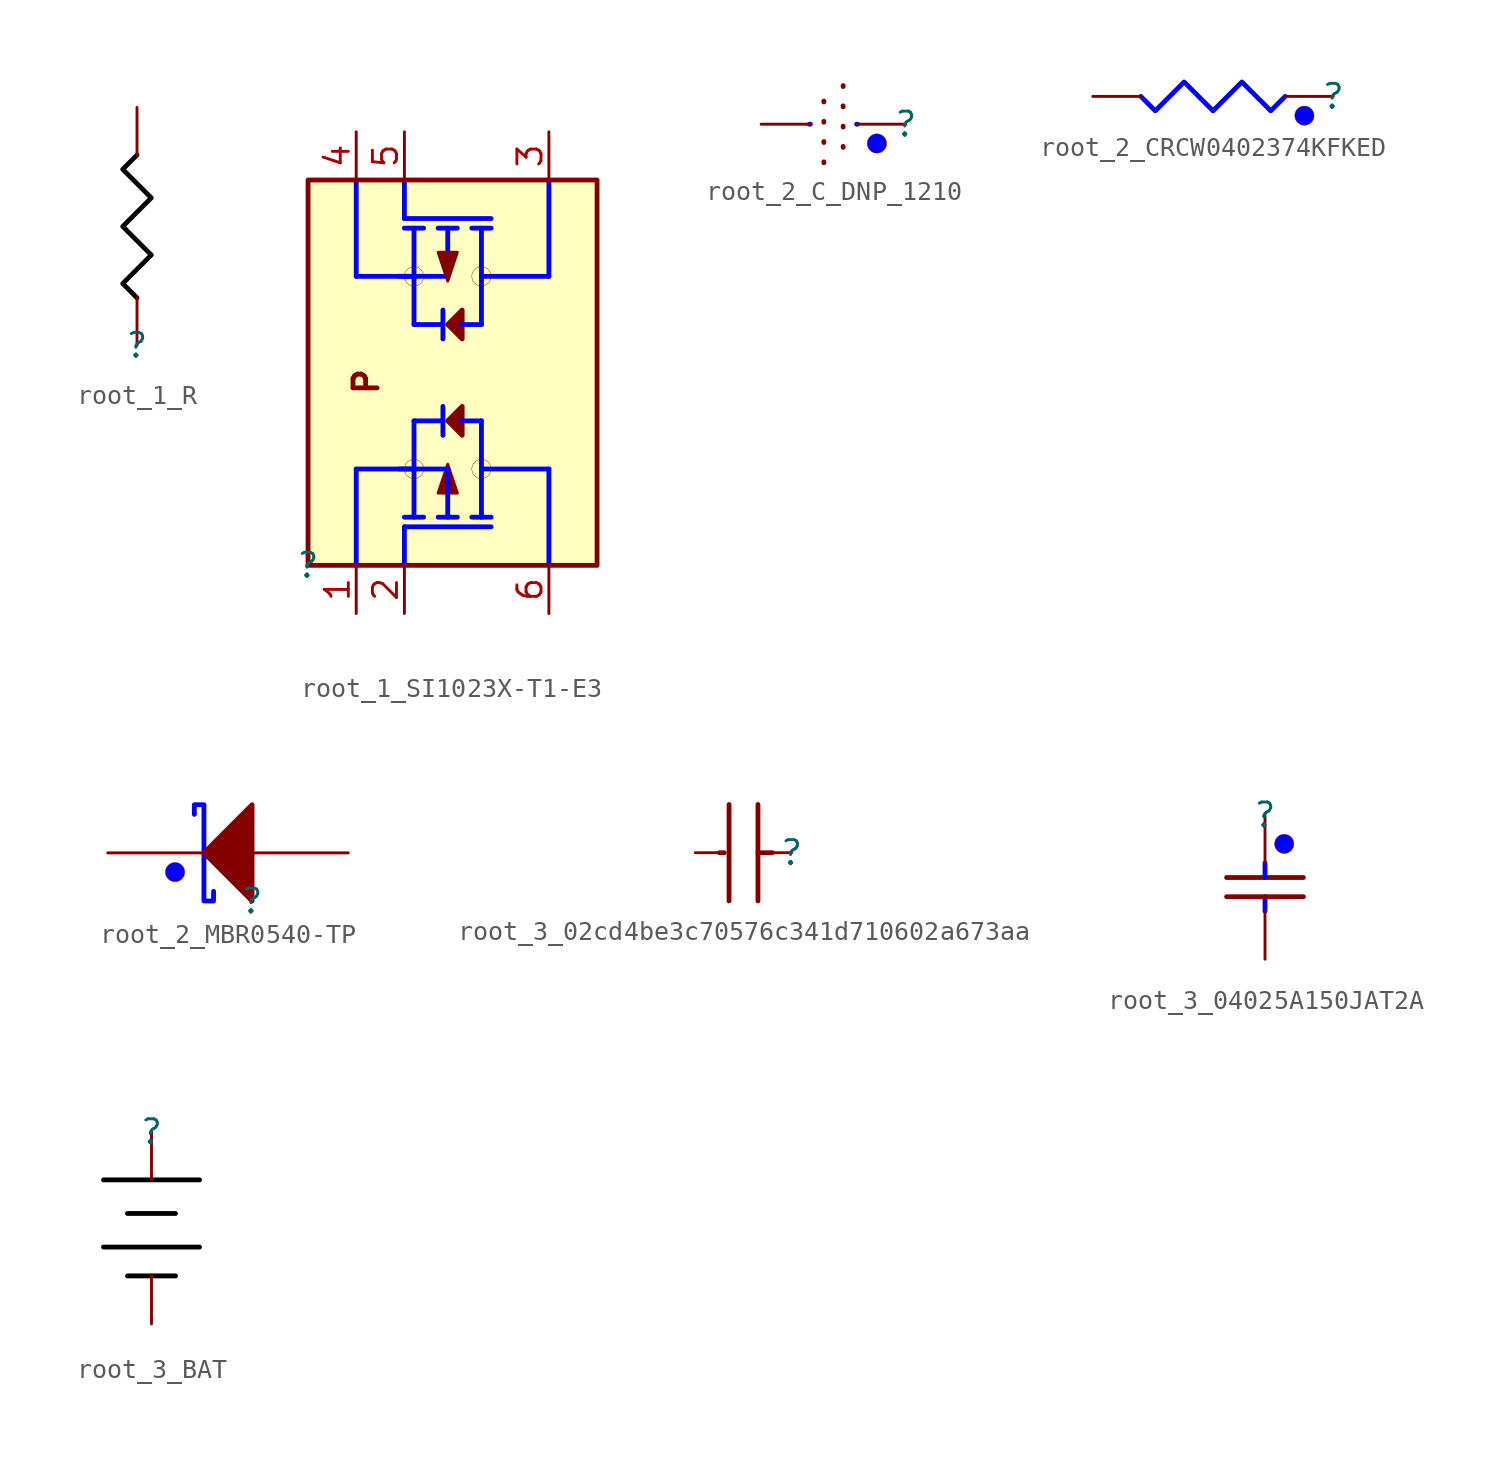
<source format=kicad_sym>
(kicad_symbol_lib
  (version 20231120)
  (generator "kicad_symbol_editor")
  (generator_version "8.0")
  (symbol "root_1_R"
    (property "Reference" ""
      (at 0 0 0)
      (effects (font (size 1.27 1.27))))
    (property "Value" ""
      (at 0 0 0)
      (effects (font (size 1.27 1.27))))
    (symbol "root_1_R_1_0"
      (polyline (pts (xy 0 10.16) (xy -0.762 9.398) (xy 0.762 7.874) (xy -0.762 6.35) (xy 0.762 4.826) (xy -0.762 3.302) (xy 0 2.54)) (stroke (width 0.254) (type solid) (color 0 0 0 1)) (fill (type none)))
      (pin passive line (at 0 0 90) (length 2.54) (name "1" (effects (font (size 0 0)))) (number "1" (effects (font (size 0 0)))))
      (pin passive line (at 0 12.7 270) (length 2.54) (name "2" (effects (font (size 0 0)))) (number "2" (effects (font (size 0 0)))))))
  (symbol "root_1_SI1023X-T1-E3"
    (property "Reference" ""
      (at 0 0 0)
      (effects (font (size 1.27 1.27))))
    (property "Value" ""
      (at 0 0 0)
      (effects (font (size 1.27 1.27))))
    (symbol "root_1_SI1023X-T1-E3_1_0"
      (polyline (pts (xy 2.54 5.08) (xy 2.54 0)) (stroke (width 0.254) (type solid) (color 0 0 255 1)) (fill (type none)))
      (polyline (pts (xy 2.54 20.32) (xy 2.54 15.24)) (stroke (width 0.254) (type solid) (color 0 0 255 1)) (fill (type none)))
      (polyline (pts (xy 5.08 0) (xy 5.08 2.032)) (stroke (width 0.254) (type solid) (color 0 0 255 1)) (fill (type none)))
      (polyline (pts (xy 5.08 2.032) (xy 9.652 2.032)) (stroke (width 0.254) (type solid) (color 0 0 255 1)) (fill (type none)))
      (polyline (pts (xy 5.08 2.54) (xy 6.096 2.54)) (stroke (width 0.254) (type solid) (color 0 0 255 1)) (fill (type none)))
      (polyline (pts (xy 5.08 17.78) (xy 6.096 17.78)) (stroke (width 0.254) (type solid) (color 0 0 255 1)) (fill (type none)))
      (polyline (pts (xy 5.08 18.288) (xy 5.08 20.32)) (stroke (width 0.254) (type solid) (color 0 0 255 1)) (fill (type none)))
      (polyline (pts (xy 5.08 18.288) (xy 9.652 18.288)) (stroke (width 0.254) (type solid) (color 0 0 255 1)) (fill (type none)))
      (polyline (pts (xy 5.588 5.08) (xy 4.826 5.08)) (stroke (width 0.254) (type solid) (color 0 0 255 1)) (fill (type none)))
      (polyline (pts (xy 5.588 5.08) (xy 5.588 2.54)) (stroke (width 0.254) (type solid) (color 0 0 255 1)) (fill (type none)))
      (polyline (pts (xy 5.588 7.62) (xy 5.588 5.08)) (stroke (width 0.254) (type solid) (color 0 0 255 1)) (fill (type none)))
      (polyline (pts (xy 5.588 7.62) (xy 7.112 7.62)) (stroke (width 0.254) (type solid) (color 0 0 255 1)) (fill (type none)))
      (polyline (pts (xy 5.588 12.7) (xy 7.112 12.7)) (stroke (width 0.254) (type solid) (color 0 0 255 1)) (fill (type none)))
      (polyline (pts (xy 5.588 15.24) (xy 4.826 15.24)) (stroke (width 0.254) (type solid) (color 0 0 255 1)) (fill (type none)))
      (polyline (pts (xy 5.588 15.24) (xy 5.588 12.7)) (stroke (width 0.254) (type solid) (color 0 0 255 1)) (fill (type none)))
      (polyline (pts (xy 5.588 17.78) (xy 5.588 15.24)) (stroke (width 0.254) (type solid) (color 0 0 255 1)) (fill (type none)))
      (polyline (pts (xy 7.112 6.858) (xy 7.112 8.382)) (stroke (width 0.254) (type solid) (color 0 0 255 1)) (fill (type none)))
      (polyline (pts (xy 7.112 11.938) (xy 7.112 13.462)) (stroke (width 0.254) (type solid) (color 0 0 255 1)) (fill (type none)))
      (polyline (pts (xy 7.366 5.08) (xy 2.54 5.08)) (stroke (width 0.254) (type solid) (color 0 0 255 1)) (fill (type none)))
      (polyline (pts (xy 7.366 5.08) (xy 7.366 2.54)) (stroke (width 0.254) (type solid) (color 0 0 255 1)) (fill (type none)))
      (polyline (pts (xy 7.366 15.24) (xy 2.54 15.24)) (stroke (width 0.254) (type solid) (color 0 0 255 1)) (fill (type none)))
      (polyline (pts (xy 7.366 17.78) (xy 7.366 15.24)) (stroke (width 0.254) (type solid) (color 0 0 255 1)) (fill (type none)))
      (polyline (pts (xy 7.874 2.54) (xy 6.858 2.54)) (stroke (width 0.254) (type solid) (color 0 0 255 1)) (fill (type none)))
      (polyline (pts (xy 7.874 17.78) (xy 6.858 17.78)) (stroke (width 0.254) (type solid) (color 0 0 255 1)) (fill (type none)))
      (polyline (pts (xy 8.128 7.62) (xy 9.144 7.62)) (stroke (width 0.254) (type solid) (color 0 0 255 1)) (fill (type none)))
      (polyline (pts (xy 8.128 12.7) (xy 9.144 12.7)) (stroke (width 0.254) (type solid) (color 0 0 255 1)) (fill (type none)))
      (polyline (pts (xy 9.144 5.08) (xy 9.144 2.54)) (stroke (width 0.254) (type solid) (color 0 0 255 1)) (fill (type none)))
      (polyline (pts (xy 9.144 5.08) (xy 12.7 5.08)) (stroke (width 0.254) (type solid) (color 0 0 255 1)) (fill (type none)))
      (polyline (pts (xy 9.144 7.62) (xy 9.144 5.08)) (stroke (width 0.254) (type solid) (color 0 0 255 1)) (fill (type none)))
      (polyline (pts (xy 9.144 15.24) (xy 9.144 12.7)) (stroke (width 0.254) (type solid) (color 0 0 255 1)) (fill (type none)))
      (polyline (pts (xy 9.144 15.24) (xy 12.7 15.24)) (stroke (width 0.254) (type solid) (color 0 0 255 1)) (fill (type none)))
      (polyline (pts (xy 9.144 17.78) (xy 9.144 15.24)) (stroke (width 0.254) (type solid) (color 0 0 255 1)) (fill (type none)))
      (polyline (pts (xy 9.652 2.54) (xy 8.636 2.54)) (stroke (width 0.254) (type solid) (color 0 0 255 1)) (fill (type none)))
      (polyline (pts (xy 9.652 17.78) (xy 8.636 17.78)) (stroke (width 0.254) (type solid) (color 0 0 255 1)) (fill (type none)))
      (polyline (pts (xy 12.7 5.08) (xy 12.7 0)) (stroke (width 0.254) (type solid) (color 0 0 255 1)) (fill (type none)))
      (polyline (pts (xy 12.7 20.32) (xy 12.7 15.24)) (stroke (width 0.254) (type solid) (color 0 0 255 1)) (fill (type none)))
      (polyline (pts (xy 7.366 5.334) (xy 6.858 3.81) (xy 7.874 3.81) (xy 7.366 5.334)) (stroke (width 0) (type solid)) (fill (type outline)))
      (polyline (pts (xy 7.366 14.986) (xy 7.874 16.51) (xy 6.858 16.51) (xy 7.366 14.986)) (stroke (width 0) (type solid)) (fill (type outline)))
      (polyline (pts (xy 8.128 8.382) (xy 7.366 7.62) (xy 8.128 6.858) (xy 8.128 8.382)) (stroke (width 0.254) (type solid)) (fill (type outline)))
      (polyline (pts (xy 8.128 13.462) (xy 7.366 12.7) (xy 8.128 11.938) (xy 8.128 13.462)) (stroke (width 0.254) (type solid)) (fill (type outline)))
      (circle (center 5.588 5.08) (radius 0.508) (stroke (width 0.0001) (type solid)) (fill (type color) (color 0 0 255 1)))
      (circle (center 5.588 15.24) (radius 0.508) (stroke (width 0.0001) (type solid)) (fill (type color) (color 0 0 255 1)))
      (circle (center 9.144 5.08) (radius 0.508) (stroke (width 0.0001) (type solid)) (fill (type color) (color 0 0 255 1)))
      (circle (center 9.144 15.24) (radius 0.508) (stroke (width 0.0001) (type solid)) (fill (type color) (color 0 0 255 1)))
      (rectangle (start 15.24 20.32) (end 0 0) (stroke (width 0.254) (type solid)) (fill (type background)))
      (text "P" (at 3.81 8.89 900) (effects (font (size 1.27 1.27) (bold yes)) (justify left bottom)))
      (pin passive line (at 2.54 -2.54 90) (length 2.54) (name "S1" (effects (font (size 0 0)))) (number "1" (effects (font (size 1.27 1.27)))))
      (pin passive line (at 5.08 -2.54 90) (length 2.54) (name "G1" (effects (font (size 0 0)))) (number "2" (effects (font (size 1.27 1.27)))))
      (pin passive line (at 12.7 22.86 270) (length 2.54) (name "D2" (effects (font (size 0 0)))) (number "3" (effects (font (size 1.27 1.27)))))
      (pin passive line (at 2.54 22.86 270) (length 2.54) (name "S2" (effects (font (size 0 0)))) (number "4" (effects (font (size 1.27 1.27)))))
      (pin passive line (at 5.08 22.86 270) (length 2.54) (name "G2" (effects (font (size 0 0)))) (number "5" (effects (font (size 1.27 1.27)))))
      (pin passive line (at 12.7 -2.54 90) (length 2.54) (name "D1" (effects (font (size 0 0)))) (number "6" (effects (font (size 1.27 1.27)))))))
  (symbol "root_2_C_DNP_1210"
    (property "Reference" ""
      (at 0 0 0)
      (effects (font (size 1.27 1.27))))
    (property "Value" ""
      (at 0 0 0)
      (effects (font (size 1.27 1.27))))
    (symbol "root_2_C_DNP_1210_1_0"
      (circle (center -1.524 -1.016) (radius 0.508) (stroke (width 0.0001) (type solid)) (fill (type color) (color 0 0 255 1)))
      (polyline (pts (xy -5.08 0) (xy -4.318 0)) (stroke (width 0.254) (type dot) (color 0 0 255 1)) (fill (type none)))
      (polyline (pts (xy -4.318 -2.032) (xy -4.318 2.032)) (stroke (width 0.254) (type dot)) (fill (type none)))
      (polyline (pts (xy -3.302 2.032) (xy -3.302 -2.032)) (stroke (width 0.254) (type dot)) (fill (type none)))
      (polyline (pts (xy -2.54 0) (xy -3.302 0)) (stroke (width 0.254) (type dot) (color 0 0 255 1)) (fill (type none)))
      (pin passive line (at 0 0 180) (length 2.54) (name "1" (effects (font (size 0 0)))) (number "1" (effects (font (size 0 0)))))
      (pin passive line (at -7.62 0 0) (length 2.54) (name "2" (effects (font (size 0 0)))) (number "2" (effects (font (size 0 0)))))))
  (symbol "root_2_CRCW0402374KFKED"
    (property "Reference" ""
      (at 0 0 0)
      (effects (font (size 1.27 1.27))))
    (property "Value" ""
      (at 0 0 0)
      (effects (font (size 1.27 1.27))))
    (symbol "root_2_CRCW0402374KFKED_1_0"
      (circle (center -1.524 -1.016) (radius 0.508) (stroke (width 0.0001) (type solid)) (fill (type color) (color 0 0 255 1)))
      (polyline (pts (xy -10.16 0) (xy -9.398 -0.762) (xy -7.874 0.762) (xy -6.35 -0.762) (xy -4.826 0.762) (xy -3.302 -0.762) (xy -2.54 0)) (stroke (width 0.254) (type solid) (color 0 0 255 1)) (fill (type none)))
      (pin passive line (at 0 0 180) (length 2.54) (name "1" (effects (font (size 0 0)))) (number "1" (effects (font (size 0 0)))))
      (pin passive line (at -12.7 0 0) (length 2.54) (name "2" (effects (font (size 0 0)))) (number "2" (effects (font (size 0 0)))))))
  (symbol "root_2_MBR0540-TP"
    (property "Reference" ""
      (at 0 0 0)
      (effects (font (size 1.27 1.27))))
    (property "Value" ""
      (at 0 0 0)
      (effects (font (size 1.27 1.27))))
    (symbol "root_2_MBR0540-TP_1_0"
      (circle (center -4.064 1.524) (radius 0.508) (stroke (width 0.0001) (type solid)) (fill (type color) (color 0 0 255 1)))
      (polyline (pts (xy 0 5.08) (xy -2.54 2.54) (xy 0 0) (xy 0 5.08)) (stroke (width 0.254) (type solid)) (fill (type outline)))
      (polyline (pts (xy -3.048 4.572) (xy -3.048 5.08) (xy -2.54 5.08) (xy -2.54 0) (xy -2.032 0) (xy -2.032 0.508)) (stroke (width 0.254) (type solid) (color 0 0 255 1)) (fill (type none)))
      (pin passive line (at -7.62 2.54 0) (length 5.08) (name "C" (effects (font (size 0 0)))) (number "1" (effects (font (size 0 0)))))
      (pin passive line (at 5.08 2.54 180) (length 5.08) (name "A" (effects (font (size 0 0)))) (number "2" (effects (font (size 0 0)))))))
  (symbol "root_3_02cd4be3c70576c341d710602a673aa"
    (property "Reference" ""
      (at 0 0 0)
      (effects (font (size 1.27 1.27))))
    (property "Value" ""
      (at 0 0 0)
      (effects (font (size 1.27 1.27))))
    (symbol "root_3_02cd4be3c70576c341d710602a673aa_1_0"
      (polyline (pts (xy -3.556 0) (xy -3.81 0)) (stroke (width 0.254) (type solid)) (fill (type none)))
      (polyline (pts (xy -3.302 -2.54) (xy -3.302 2.54)) (stroke (width 0.254) (type solid)) (fill (type none)))
      (polyline (pts (xy -1.778 -2.54) (xy -1.778 2.54)) (stroke (width 0.254) (type solid)) (fill (type none)))
      (polyline (pts (xy -1.778 0) (xy -1.016 0)) (stroke (width 0.254) (type solid)) (fill (type none)))
      (pin passive line (at 0 0 180) (length 1.778) (name "1" (effects (font (size 0 0)))) (number "1" (effects (font (size 0 0)))))
      (pin passive line (at -5.08 0 0) (length 1.524) (name "2" (effects (font (size 0 0)))) (number "2" (effects (font (size 0 0)))))))
  (symbol "root_3_04025A150JAT2A"
    (property "Reference" ""
      (at 0 0 0)
      (effects (font (size 1.27 1.27))))
    (property "Value" ""
      (at 0 0 0)
      (effects (font (size 1.27 1.27))))
    (symbol "root_3_04025A150JAT2A_1_0"
      (polyline (pts (xy -2.032 -3.302) (xy 2.032 -3.302)) (stroke (width 0.254) (type solid)) (fill (type none)))
      (polyline (pts (xy 0 -5.08) (xy 0 -4.318)) (stroke (width 0.254) (type solid) (color 0 0 255 1)) (fill (type none)))
      (polyline (pts (xy 0 -2.54) (xy 0 -3.302)) (stroke (width 0.254) (type solid) (color 0 0 255 1)) (fill (type none)))
      (polyline (pts (xy 2.032 -4.318) (xy -2.032 -4.318)) (stroke (width 0.254) (type solid)) (fill (type none)))
      (circle (center 1.016 -1.524) (radius 0.508) (stroke (width 0.0001) (type solid)) (fill (type color) (color 0 0 255 1)))
      (pin passive line (at 0 0 270) (length 2.54) (name "1" (effects (font (size 0 0)))) (number "1" (effects (font (size 0 0)))))
      (pin passive line (at 0 -7.62 90) (length 2.54) (name "2" (effects (font (size 0 0)))) (number "2" (effects (font (size 0 0)))))))
  (symbol "root_3_BAT"
    (property "Reference" ""
      (at 0 0 0)
      (effects (font (size 1.27 1.27))))
    (property "Value" ""
      (at 0 0 0)
      (effects (font (size 1.27 1.27))))
    (symbol "root_3_BAT_1_0"
      (polyline (pts (xy 1.27 -7.62) (xy -1.27 -7.62)) (stroke (width 0.254) (type solid) (color 0 0 0 1)) (fill (type none)))
      (polyline (pts (xy 1.27 -4.318) (xy -1.27 -4.318)) (stroke (width 0.254) (type solid) (color 0 0 0 1)) (fill (type none)))
      (polyline (pts (xy 2.54 -6.096) (xy -2.54 -6.096)) (stroke (width 0.254) (type solid) (color 0 0 0 1)) (fill (type none)))
      (polyline (pts (xy 2.54 -2.54) (xy -2.54 -2.54)) (stroke (width 0.254) (type solid) (color 0 0 0 1)) (fill (type none)))
      (pin passive line (at 0 0 270) (length 2.54) (name "+" (effects (font (size 0 0)))) (number "1" (effects (font (size 0 0)))))
      (pin passive line (at 0 -10.16 90) (length 2.54) (name "-" (effects (font (size 0 0)))) (number "2" (effects (font (size 0 0))))))))
</source>
